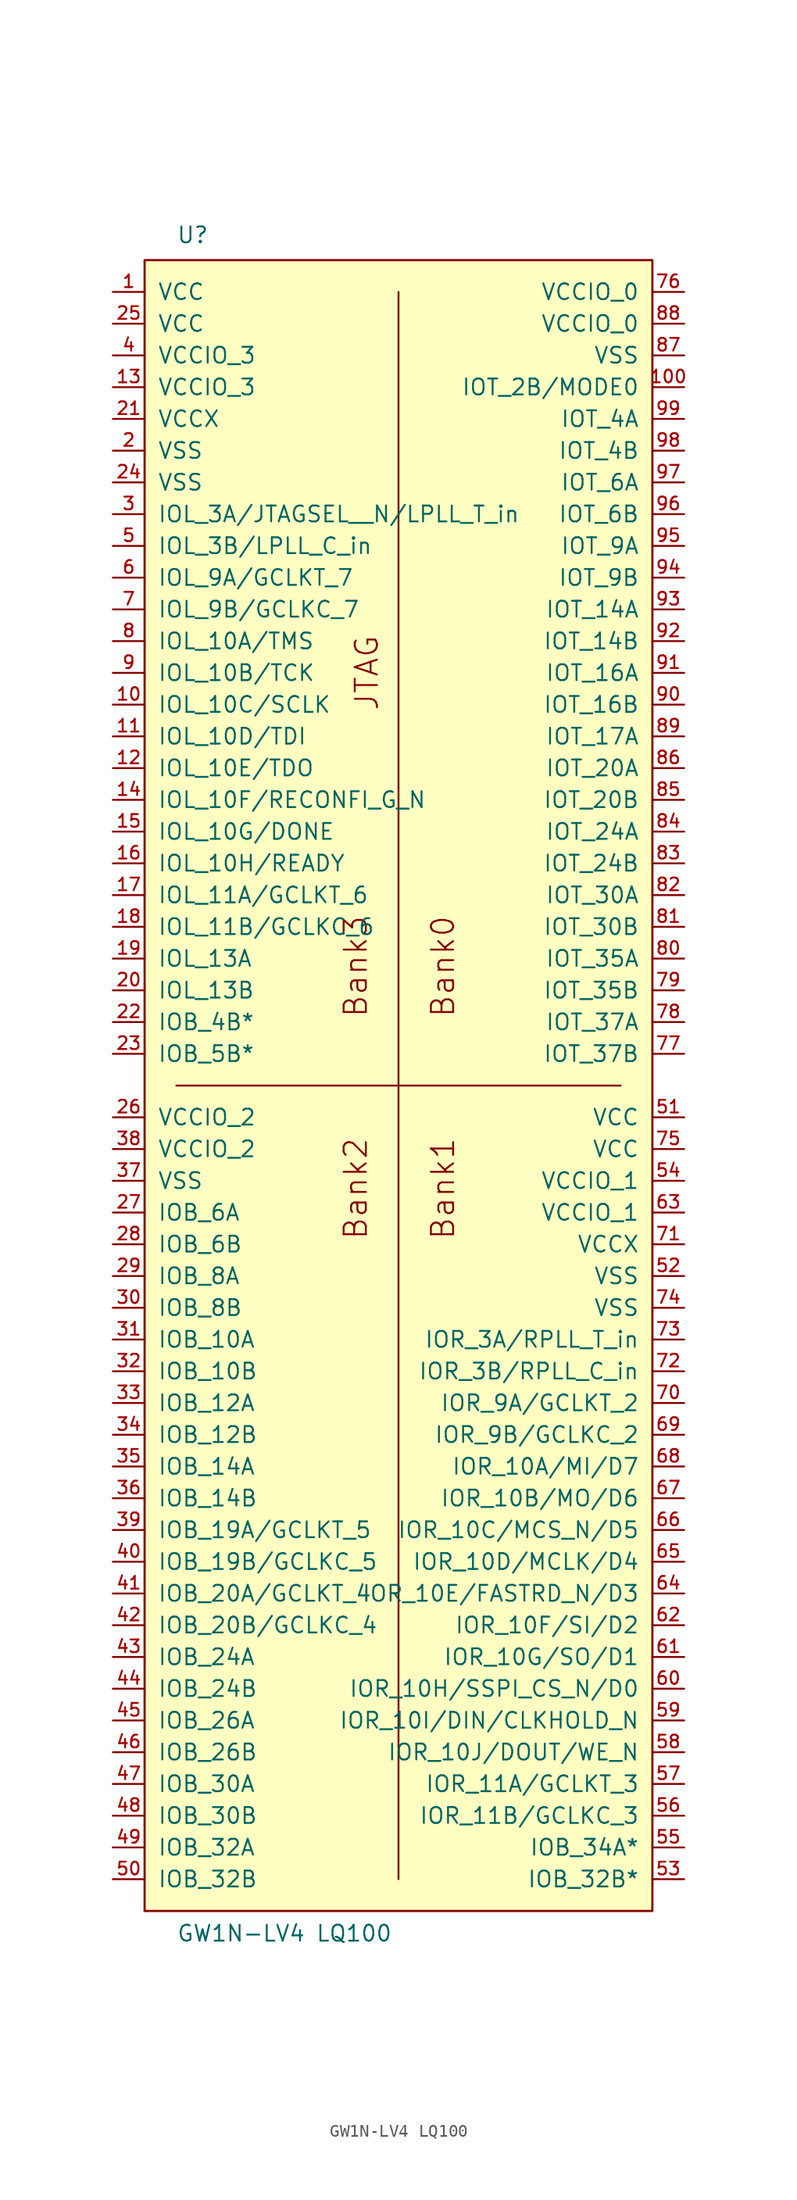
<source format=kicad_sym>
(kicad_symbol_lib
  (version 20211014)
  (generator kicad_symbol_editor)
  (symbol "GW1N-LV4 LQ100"
    (pin_names
      (offset 1.016))
    (property "Reference" "U"
      (at -17.78 67.31 0)
      (effects (font (size 1.27 1.27)) (justify left bottom)))
    (property "Value" "GW1N-LV4 LQ100"
      (at -17.78 -68.58 0)
      (effects (font (size 1.27 1.27)) (justify left bottom)))
    (property "Datasheet" ""
      (at 0 0 0)
      (effects (font (size 1.524 1.524))))
    (symbol "GW1N-LV4 LQ100_1_0"
      (rectangle (start -20.32 66.04) (end 20.32 -66.04) (stroke (width 0) (type default) (color 0 0 0 0)) (fill (type background)))
      (polyline (pts (xy -20.32 -66.04) (xy 20.32 -66.04)) (stroke (width 0) (type default) (color 0 0 0 0)) (fill (type none)))
      (polyline (pts (xy -20.32 66.04) (xy -20.32 -66.04)) (stroke (width 0) (type default) (color 0 0 0 0)) (fill (type none)))
      (polyline (pts (xy -17.78 0) (xy 17.78 0)) (stroke (width 0) (type default) (color 0 0 0 0)) (fill (type none)))
      (polyline (pts (xy 0 -49.53) (xy 0 -63.5)) (stroke (width 0) (type default) (color 0 0 0 0)) (fill (type none)))
      (polyline (pts (xy 0 63.5) (xy 0 -49.53)) (stroke (width 0) (type default) (color 0 0 0 0)) (fill (type none)))
      (polyline (pts (xy 20.32 -66.04) (xy 20.32 66.04)) (stroke (width 0) (type default) (color 0 0 0 0)) (fill (type none)))
      (polyline (pts (xy 20.32 66.04) (xy -20.32 66.04)) (stroke (width 0) (type default) (color 0 0 0 0)) (fill (type background)))
      (text "Bank0" (at 3.556 9.525 900) (effects (font (size 1.778 1.778))))
      (text "Bank1" (at 3.556 -8.255 900) (effects (font (size 1.778 1.778))))
      (text "Bank2" (at -3.429 -8.255 900) (effects (font (size 1.778 1.778))))
      (text "Bank3" (at -3.429 9.525 900) (effects (font (size 1.778 1.778))))
      (text "JTAG" (at -2.54 33.02 900) (effects (font (size 1.778 1.778)))))
    (symbol "GW1N-LV4 LQ100_1_1"
      (pin power_in line (at -22.86 63.5 0) (length 2.54) (name "VCC" (effects (font (size 1.27 1.27)))) (number "1" (effects (font (size 1.016 1.016)))))
      (pin bidirectional line (at -22.86 30.48 0) (length 2.54) (name "IOL_10C/SCLK" (effects (font (size 1.27 1.27)))) (number "10" (effects (font (size 1.016 1.016)))))
      (pin bidirectional line (at 22.86 55.88 180) (length 2.54) (name "IOT_2B/MODE0" (effects (font (size 1.27 1.27)))) (number "100" (effects (font (size 1.016 1.016)))))
      (pin bidirectional line (at -22.86 27.94 0) (length 2.54) (name "IOL_10D/TDI" (effects (font (size 1.27 1.27)))) (number "11" (effects (font (size 1.016 1.016)))))
      (pin bidirectional line (at -22.86 25.4 0) (length 2.54) (name "IOL_10E/TDO" (effects (font (size 1.27 1.27)))) (number "12" (effects (font (size 1.016 1.016)))))
      (pin power_in line (at -22.86 55.88 0) (length 2.54) (name "VCCIO_3" (effects (font (size 1.27 1.27)))) (number "13" (effects (font (size 1.016 1.016)))))
      (pin bidirectional line (at -22.86 22.86 0) (length 2.54) (name "IOL_10F/RECONFI_G_N" (effects (font (size 1.27 1.27)))) (number "14" (effects (font (size 1.016 1.016)))))
      (pin bidirectional line (at -22.86 20.32 0) (length 2.54) (name "IOL_10G/DONE" (effects (font (size 1.27 1.27)))) (number "15" (effects (font (size 1.016 1.016)))))
      (pin bidirectional line (at -22.86 17.78 0) (length 2.54) (name "IOL_10H/READY" (effects (font (size 1.27 1.27)))) (number "16" (effects (font (size 1.016 1.016)))))
      (pin bidirectional line (at -22.86 15.24 0) (length 2.54) (name "IOL_11A/GCLKT_6" (effects (font (size 1.27 1.27)))) (number "17" (effects (font (size 1.016 1.016)))))
      (pin bidirectional line (at -22.86 12.7 0) (length 2.54) (name "IOL_11B/GCLKC_6" (effects (font (size 1.27 1.27)))) (number "18" (effects (font (size 1.016 1.016)))))
      (pin bidirectional line (at -22.86 10.16 0) (length 2.54) (name "IOL_13A" (effects (font (size 1.27 1.27)))) (number "19" (effects (font (size 1.016 1.016)))))
      (pin power_in line (at -22.86 50.8 0) (length 2.54) (name "VSS" (effects (font (size 1.27 1.27)))) (number "2" (effects (font (size 1.016 1.016)))))
      (pin bidirectional line (at -22.86 7.62 0) (length 2.54) (name "IOL_13B" (effects (font (size 1.27 1.27)))) (number "20" (effects (font (size 1.016 1.016)))))
      (pin power_in line (at -22.86 53.34 0) (length 2.54) (name "VCCX" (effects (font (size 1.27 1.27)))) (number "21" (effects (font (size 1.016 1.016)))))
      (pin bidirectional line (at -22.86 5.08 0) (length 2.54) (name "IOB_4B*" (effects (font (size 1.27 1.27)))) (number "22" (effects (font (size 1.016 1.016)))))
      (pin bidirectional line (at -22.86 2.54 0) (length 2.54) (name "IOB_5B*" (effects (font (size 1.27 1.27)))) (number "23" (effects (font (size 1.016 1.016)))))
      (pin power_in line (at -22.86 48.26 0) (length 2.54) (name "VSS" (effects (font (size 1.27 1.27)))) (number "24" (effects (font (size 1.016 1.016)))))
      (pin power_in line (at -22.86 60.96 0) (length 2.54) (name "VCC" (effects (font (size 1.27 1.27)))) (number "25" (effects (font (size 1.016 1.016)))))
      (pin power_in line (at -22.86 -2.54 0) (length 2.54) (name "VCCIO_2" (effects (font (size 1.27 1.27)))) (number "26" (effects (font (size 1.016 1.016)))))
      (pin bidirectional line (at -22.86 -10.16 0) (length 2.54) (name "IOB_6A" (effects (font (size 1.27 1.27)))) (number "27" (effects (font (size 1.016 1.016)))))
      (pin bidirectional line (at -22.86 -12.7 0) (length 2.54) (name "IOB_6B" (effects (font (size 1.27 1.27)))) (number "28" (effects (font (size 1.016 1.016)))))
      (pin bidirectional line (at -22.86 -15.24 0) (length 2.54) (name "IOB_8A" (effects (font (size 1.27 1.27)))) (number "29" (effects (font (size 1.016 1.016)))))
      (pin bidirectional line (at -22.86 45.72 0) (length 2.54) (name "IOL_3A/JTAGSEL__N/LPLL_T_in" (effects (font (size 1.27 1.27)))) (number "3" (effects (font (size 1.016 1.016)))))
      (pin bidirectional line (at -22.86 -17.78 0) (length 2.54) (name "IOB_8B" (effects (font (size 1.27 1.27)))) (number "30" (effects (font (size 1.016 1.016)))))
      (pin bidirectional line (at -22.86 -20.32 0) (length 2.54) (name "IOB_10A" (effects (font (size 1.27 1.27)))) (number "31" (effects (font (size 1.016 1.016)))))
      (pin bidirectional line (at -22.86 -22.86 0) (length 2.54) (name "IOB_10B" (effects (font (size 1.27 1.27)))) (number "32" (effects (font (size 1.016 1.016)))))
      (pin bidirectional line (at -22.86 -25.4 0) (length 2.54) (name "IOB_12A" (effects (font (size 1.27 1.27)))) (number "33" (effects (font (size 1.016 1.016)))))
      (pin bidirectional line (at -22.86 -27.94 0) (length 2.54) (name "IOB_12B" (effects (font (size 1.27 1.27)))) (number "34" (effects (font (size 1.016 1.016)))))
      (pin bidirectional line (at -22.86 -30.48 0) (length 2.54) (name "IOB_14A" (effects (font (size 1.27 1.27)))) (number "35" (effects (font (size 1.016 1.016)))))
      (pin bidirectional line (at -22.86 -33.02 0) (length 2.54) (name "IOB_14B" (effects (font (size 1.27 1.27)))) (number "36" (effects (font (size 1.016 1.016)))))
      (pin power_in line (at -22.86 -7.62 0) (length 2.54) (name "VSS" (effects (font (size 1.27 1.27)))) (number "37" (effects (font (size 1.016 1.016)))))
      (pin power_in line (at -22.86 -5.08 0) (length 2.54) (name "VCCIO_2" (effects (font (size 1.27 1.27)))) (number "38" (effects (font (size 1.016 1.016)))))
      (pin bidirectional line (at -22.86 -35.56 0) (length 2.54) (name "IOB_19A/GCLKT_5" (effects (font (size 1.27 1.27)))) (number "39" (effects (font (size 1.016 1.016)))))
      (pin power_in line (at -22.86 58.42 0) (length 2.54) (name "VCCIO_3" (effects (font (size 1.27 1.27)))) (number "4" (effects (font (size 1.016 1.016)))))
      (pin bidirectional line (at -22.86 -38.1 0) (length 2.54) (name "IOB_19B/GCLKC_5" (effects (font (size 1.27 1.27)))) (number "40" (effects (font (size 1.016 1.016)))))
      (pin bidirectional line (at -22.86 -40.64 0) (length 2.54) (name "IOB_20A/GCLKT_4" (effects (font (size 1.27 1.27)))) (number "41" (effects (font (size 1.016 1.016)))))
      (pin bidirectional line (at -22.86 -43.18 0) (length 2.54) (name "IOB_20B/GCLKC_4" (effects (font (size 1.27 1.27)))) (number "42" (effects (font (size 1.016 1.016)))))
      (pin bidirectional line (at -22.86 -45.72 0) (length 2.54) (name "IOB_24A" (effects (font (size 1.27 1.27)))) (number "43" (effects (font (size 1.016 1.016)))))
      (pin bidirectional line (at -22.86 -48.26 0) (length 2.54) (name "IOB_24B" (effects (font (size 1.27 1.27)))) (number "44" (effects (font (size 1.016 1.016)))))
      (pin bidirectional line (at -22.86 -50.8 0) (length 2.54) (name "IOB_26A" (effects (font (size 1.27 1.27)))) (number "45" (effects (font (size 1.016 1.016)))))
      (pin bidirectional line (at -22.86 -53.34 0) (length 2.54) (name "IOB_26B" (effects (font (size 1.27 1.27)))) (number "46" (effects (font (size 1.016 1.016)))))
      (pin bidirectional line (at -22.86 -55.88 0) (length 2.54) (name "IOB_30A" (effects (font (size 1.27 1.27)))) (number "47" (effects (font (size 1.016 1.016)))))
      (pin bidirectional line (at -22.86 -58.42 0) (length 2.54) (name "IOB_30B" (effects (font (size 1.27 1.27)))) (number "48" (effects (font (size 1.016 1.016)))))
      (pin bidirectional line (at -22.86 -60.96 0) (length 2.54) (name "IOB_32A" (effects (font (size 1.27 1.27)))) (number "49" (effects (font (size 1.016 1.016)))))
      (pin bidirectional line (at -22.86 43.18 0) (length 2.54) (name "IOL_3B/LPLL_C_in" (effects (font (size 1.27 1.27)))) (number "5" (effects (font (size 1.016 1.016)))))
      (pin bidirectional line (at -22.86 -63.5 0) (length 2.54) (name "IOB_32B" (effects (font (size 1.27 1.27)))) (number "50" (effects (font (size 1.016 1.016)))))
      (pin power_in line (at 22.86 -2.54 180) (length 2.54) (name "VCC" (effects (font (size 1.27 1.27)))) (number "51" (effects (font (size 1.016 1.016)))))
      (pin power_in line (at 22.86 -15.24 180) (length 2.54) (name "VSS" (effects (font (size 1.27 1.27)))) (number "52" (effects (font (size 1.016 1.016)))))
      (pin bidirectional line (at 22.86 -63.5 180) (length 2.54) (name "IOB_32B*" (effects (font (size 1.27 1.27)))) (number "53" (effects (font (size 1.016 1.016)))))
      (pin power_in line (at 22.86 -7.62 180) (length 2.54) (name "VCCIO_1" (effects (font (size 1.27 1.27)))) (number "54" (effects (font (size 1.016 1.016)))))
      (pin bidirectional line (at 22.86 -60.96 180) (length 2.54) (name "IOB_34A*" (effects (font (size 1.27 1.27)))) (number "55" (effects (font (size 1.016 1.016)))))
      (pin bidirectional line (at 22.86 -58.42 180) (length 2.54) (name "IOR_11B/GCLKC_3" (effects (font (size 1.27 1.27)))) (number "56" (effects (font (size 1.016 1.016)))))
      (pin bidirectional line (at 22.86 -55.88 180) (length 2.54) (name "IOR_11A/GCLKT_3" (effects (font (size 1.27 1.27)))) (number "57" (effects (font (size 1.016 1.016)))))
      (pin bidirectional line (at 22.86 -53.34 180) (length 2.54) (name "IOR_10J/DOUT/WE_N" (effects (font (size 1.27 1.27)))) (number "58" (effects (font (size 1.016 1.016)))))
      (pin bidirectional line (at 22.86 -50.8 180) (length 2.54) (name "IOR_10I/DIN/CLKHOLD_N" (effects (font (size 1.27 1.27)))) (number "59" (effects (font (size 1.016 1.016)))))
      (pin bidirectional line (at -22.86 40.64 0) (length 2.54) (name "IOL_9A/GCLKT_7" (effects (font (size 1.27 1.27)))) (number "6" (effects (font (size 1.016 1.016)))))
      (pin bidirectional line (at 22.86 -48.26 180) (length 2.54) (name "IOR_10H/SSPI_CS_N/D0" (effects (font (size 1.27 1.27)))) (number "60" (effects (font (size 1.016 1.016)))))
      (pin bidirectional line (at 22.86 -45.72 180) (length 2.54) (name "IOR_10G/SO/D1" (effects (font (size 1.27 1.27)))) (number "61" (effects (font (size 1.016 1.016)))))
      (pin bidirectional line (at 22.86 -43.18 180) (length 2.54) (name "IOR_10F/SI/D2" (effects (font (size 1.27 1.27)))) (number "62" (effects (font (size 1.016 1.016)))))
      (pin power_in line (at 22.86 -10.16 180) (length 2.54) (name "VCCIO_1" (effects (font (size 1.27 1.27)))) (number "63" (effects (font (size 1.016 1.016)))))
      (pin bidirectional line (at 22.86 -40.64 180) (length 2.54) (name "IOR_10E/FASTRD_N/D3" (effects (font (size 1.27 1.27)))) (number "64" (effects (font (size 1.016 1.016)))))
      (pin bidirectional line (at 22.86 -38.1 180) (length 2.54) (name "IOR_10D/MCLK/D4" (effects (font (size 1.27 1.27)))) (number "65" (effects (font (size 1.016 1.016)))))
      (pin bidirectional line (at 22.86 -35.56 180) (length 2.54) (name "IOR_10C/MCS_N/D5" (effects (font (size 1.27 1.27)))) (number "66" (effects (font (size 1.016 1.016)))))
      (pin bidirectional line (at 22.86 -33.02 180) (length 2.54) (name "IOR_10B/MO/D6" (effects (font (size 1.27 1.27)))) (number "67" (effects (font (size 1.016 1.016)))))
      (pin bidirectional line (at 22.86 -30.48 180) (length 2.54) (name "IOR_10A/MI/D7" (effects (font (size 1.27 1.27)))) (number "68" (effects (font (size 1.016 1.016)))))
      (pin bidirectional line (at 22.86 -27.94 180) (length 2.54) (name "IOR_9B/GCLKC_2" (effects (font (size 1.27 1.27)))) (number "69" (effects (font (size 1.016 1.016)))))
      (pin bidirectional line (at -22.86 38.1 0) (length 2.54) (name "IOL_9B/GCLKC_7" (effects (font (size 1.27 1.27)))) (number "7" (effects (font (size 1.016 1.016)))))
      (pin bidirectional line (at 22.86 -25.4 180) (length 2.54) (name "IOR_9A/GCLKT_2" (effects (font (size 1.27 1.27)))) (number "70" (effects (font (size 1.016 1.016)))))
      (pin power_in line (at 22.86 -12.7 180) (length 2.54) (name "VCCX" (effects (font (size 1.27 1.27)))) (number "71" (effects (font (size 1.016 1.016)))))
      (pin bidirectional line (at 22.86 -22.86 180) (length 2.54) (name "IOR_3B/RPLL_C_in" (effects (font (size 1.27 1.27)))) (number "72" (effects (font (size 1.016 1.016)))))
      (pin bidirectional line (at 22.86 -20.32 180) (length 2.54) (name "IOR_3A/RPLL_T_in" (effects (font (size 1.27 1.27)))) (number "73" (effects (font (size 1.016 1.016)))))
      (pin power_in line (at 22.86 -17.78 180) (length 2.54) (name "VSS" (effects (font (size 1.27 1.27)))) (number "74" (effects (font (size 1.016 1.016)))))
      (pin power_in line (at 22.86 -5.08 180) (length 2.54) (name "VCC" (effects (font (size 1.27 1.27)))) (number "75" (effects (font (size 1.016 1.016)))))
      (pin power_in line (at 22.86 63.5 180) (length 2.54) (name "VCCIO_0" (effects (font (size 1.27 1.27)))) (number "76" (effects (font (size 1.016 1.016)))))
      (pin bidirectional line (at 22.86 2.54 180) (length 2.54) (name "IOT_37B" (effects (font (size 1.27 1.27)))) (number "77" (effects (font (size 1.016 1.016)))))
      (pin bidirectional line (at 22.86 5.08 180) (length 2.54) (name "IOT_37A" (effects (font (size 1.27 1.27)))) (number "78" (effects (font (size 1.016 1.016)))))
      (pin bidirectional line (at 22.86 7.62 180) (length 2.54) (name "IOT_35B" (effects (font (size 1.27 1.27)))) (number "79" (effects (font (size 1.016 1.016)))))
      (pin bidirectional line (at -22.86 35.56 0) (length 2.54) (name "IOL_10A/TMS" (effects (font (size 1.27 1.27)))) (number "8" (effects (font (size 1.016 1.016)))))
      (pin bidirectional line (at 22.86 10.16 180) (length 2.54) (name "IOT_35A" (effects (font (size 1.27 1.27)))) (number "80" (effects (font (size 1.016 1.016)))))
      (pin bidirectional line (at 22.86 12.7 180) (length 2.54) (name "IOT_30B" (effects (font (size 1.27 1.27)))) (number "81" (effects (font (size 1.016 1.016)))))
      (pin bidirectional line (at 22.86 15.24 180) (length 2.54) (name "IOT_30A" (effects (font (size 1.27 1.27)))) (number "82" (effects (font (size 1.016 1.016)))))
      (pin bidirectional line (at 22.86 17.78 180) (length 2.54) (name "IOT_24B" (effects (font (size 1.27 1.27)))) (number "83" (effects (font (size 1.016 1.016)))))
      (pin bidirectional line (at 22.86 20.32 180) (length 2.54) (name "IOT_24A" (effects (font (size 1.27 1.27)))) (number "84" (effects (font (size 1.016 1.016)))))
      (pin bidirectional line (at 22.86 22.86 180) (length 2.54) (name "IOT_20B" (effects (font (size 1.27 1.27)))) (number "85" (effects (font (size 1.016 1.016)))))
      (pin bidirectional line (at 22.86 25.4 180) (length 2.54) (name "IOT_20A" (effects (font (size 1.27 1.27)))) (number "86" (effects (font (size 1.016 1.016)))))
      (pin power_in line (at 22.86 58.42 180) (length 2.54) (name "VSS" (effects (font (size 1.27 1.27)))) (number "87" (effects (font (size 1.016 1.016)))))
      (pin power_in line (at 22.86 60.96 180) (length 2.54) (name "VCCIO_0" (effects (font (size 1.27 1.27)))) (number "88" (effects (font (size 1.016 1.016)))))
      (pin bidirectional line (at 22.86 27.94 180) (length 2.54) (name "IOT_17A" (effects (font (size 1.27 1.27)))) (number "89" (effects (font (size 1.016 1.016)))))
      (pin bidirectional line (at -22.86 33.02 0) (length 2.54) (name "IOL_10B/TCK" (effects (font (size 1.27 1.27)))) (number "9" (effects (font (size 1.016 1.016)))))
      (pin bidirectional line (at 22.86 30.48 180) (length 2.54) (name "IOT_16B" (effects (font (size 1.27 1.27)))) (number "90" (effects (font (size 1.016 1.016)))))
      (pin bidirectional line (at 22.86 33.02 180) (length 2.54) (name "IOT_16A" (effects (font (size 1.27 1.27)))) (number "91" (effects (font (size 1.016 1.016)))))
      (pin bidirectional line (at 22.86 35.56 180) (length 2.54) (name "IOT_14B" (effects (font (size 1.27 1.27)))) (number "92" (effects (font (size 1.016 1.016)))))
      (pin bidirectional line (at 22.86 38.1 180) (length 2.54) (name "IOT_14A" (effects (font (size 1.27 1.27)))) (number "93" (effects (font (size 1.016 1.016)))))
      (pin bidirectional line (at 22.86 40.64 180) (length 2.54) (name "IOT_9B" (effects (font (size 1.27 1.27)))) (number "94" (effects (font (size 1.016 1.016)))))
      (pin bidirectional line (at 22.86 43.18 180) (length 2.54) (name "IOT_9A" (effects (font (size 1.27 1.27)))) (number "95" (effects (font (size 1.016 1.016)))))
      (pin bidirectional line (at 22.86 45.72 180) (length 2.54) (name "IOT_6B" (effects (font (size 1.27 1.27)))) (number "96" (effects (font (size 1.016 1.016)))))
      (pin bidirectional line (at 22.86 48.26 180) (length 2.54) (name "IOT_6A" (effects (font (size 1.27 1.27)))) (number "97" (effects (font (size 1.016 1.016)))))
      (pin bidirectional line (at 22.86 50.8 180) (length 2.54) (name "IOT_4B" (effects (font (size 1.27 1.27)))) (number "98" (effects (font (size 1.016 1.016)))))
      (pin bidirectional line (at 22.86 53.34 180) (length 2.54) (name "IOT_4A" (effects (font (size 1.27 1.27)))) (number "99" (effects (font (size 1.016 1.016))))))))
</source>
